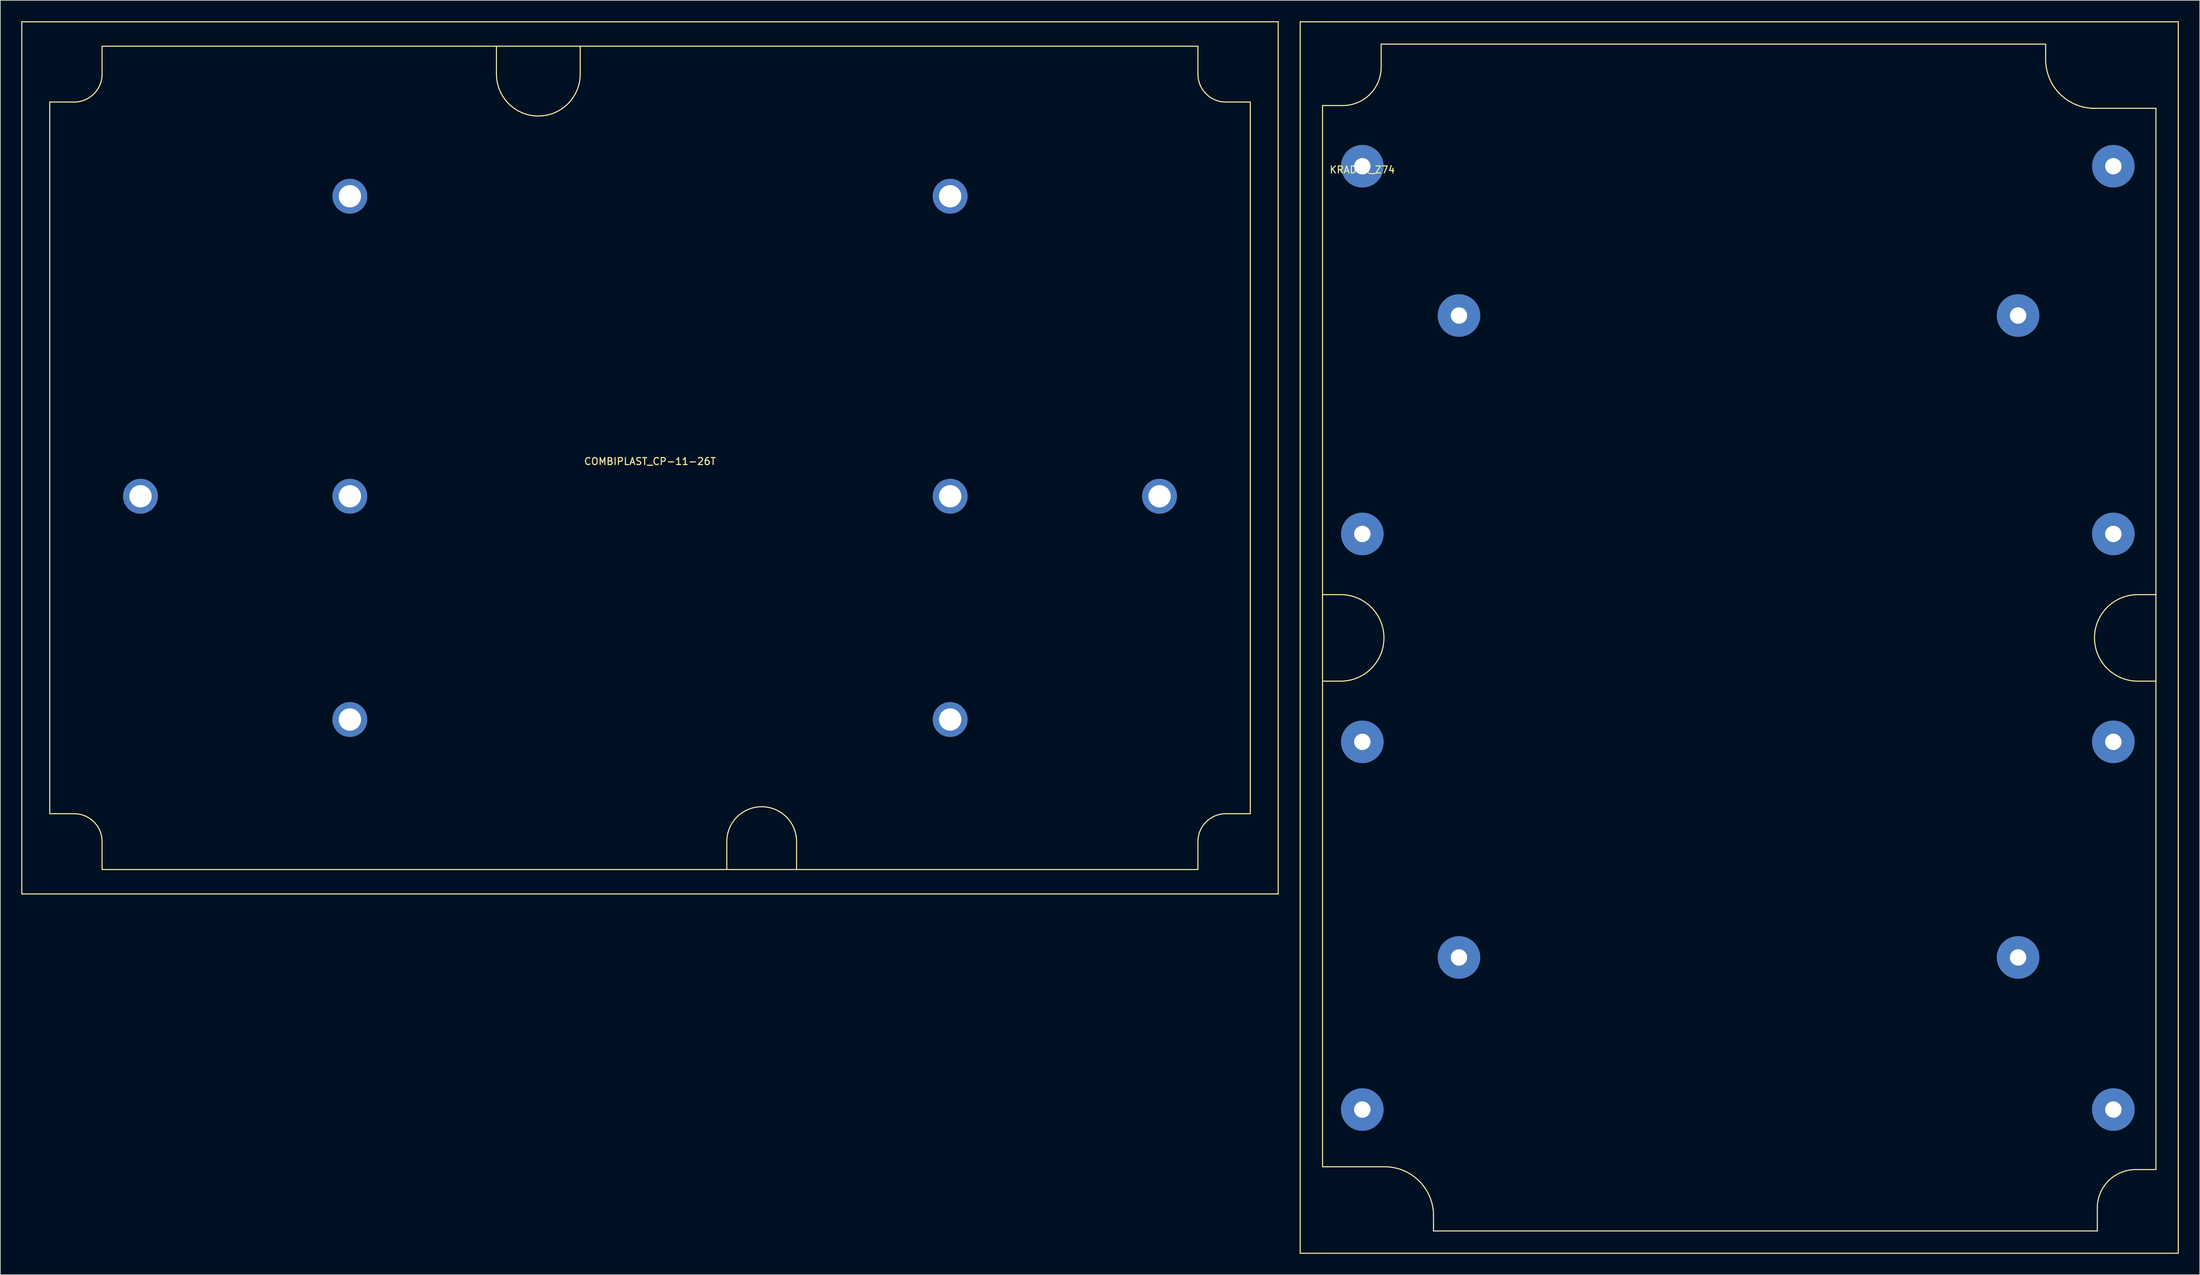
<source format=kicad_pcb>
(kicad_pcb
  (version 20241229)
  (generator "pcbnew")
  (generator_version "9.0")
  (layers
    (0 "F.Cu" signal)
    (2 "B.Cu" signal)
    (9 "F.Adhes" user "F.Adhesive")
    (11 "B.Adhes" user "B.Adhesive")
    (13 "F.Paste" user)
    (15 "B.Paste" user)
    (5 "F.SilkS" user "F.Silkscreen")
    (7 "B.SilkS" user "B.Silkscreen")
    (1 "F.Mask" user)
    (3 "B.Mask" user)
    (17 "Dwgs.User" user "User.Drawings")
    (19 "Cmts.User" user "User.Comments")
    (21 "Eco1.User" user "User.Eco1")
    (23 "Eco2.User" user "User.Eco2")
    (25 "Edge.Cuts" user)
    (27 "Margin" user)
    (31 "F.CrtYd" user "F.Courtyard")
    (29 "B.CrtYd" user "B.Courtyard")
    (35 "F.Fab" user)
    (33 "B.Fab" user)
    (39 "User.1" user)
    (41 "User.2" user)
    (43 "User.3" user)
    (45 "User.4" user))
  (footprint "COMBIPLAST_CP-11-26T"
    (layer "F.Cu")
    (at 90.075 62.575)
    (property "Reference" "COMBIPLAST_CP-11-26T" (at 0 0.5 0) (layer "F.SilkS") (effects (font (size 1 1) (thickness 0.15))))
    (attr through_hole)
    (fp_line (start -90 -62.5) (end 90 -62.5) (stroke (width 0.15) (type solid)) (layer "F.SilkS"))
    (fp_line (start -90 62.5) (end -90 -62.5) (stroke (width 0.15) (type solid)) (layer "F.SilkS"))
    (fp_line (start -86 51) (end -86 -51) (stroke (width 0.15) (type solid)) (layer "F.SilkS"))
    (fp_line (start -82.5 -51) (end -86 -51) (stroke (width 0.15) (type solid)) (layer "F.SilkS"))
    (fp_line (start -82.5 51) (end -86 51) (stroke (width 0.15) (type solid)) (layer "F.SilkS"))
    (fp_line (start -78.5 -59) (end 78.5 -59) (stroke (width 0.15) (type solid)) (layer "F.SilkS"))
    (fp_line (start -78.5 -55) (end -78.5 -59) (stroke (width 0.15) (type solid)) (layer "F.SilkS"))
    (fp_line (start -78.5 55) (end -78.5 59) (stroke (width 0.15) (type solid)) (layer "F.SilkS"))
    (fp_line (start -22 -55) (end -22 -59) (stroke (width 0.15) (type solid)) (layer "F.SilkS"))
    (fp_line (start -10 -55) (end -10 -59) (stroke (width 0.15) (type solid)) (layer "F.SilkS"))
    (fp_line (start 11 55) (end 11 59) (stroke (width 0.15) (type solid)) (layer "F.SilkS"))
    (fp_line (start 21 55) (end 21 59) (stroke (width 0.15) (type solid)) (layer "F.SilkS"))
    (fp_line (start 78.5 -55) (end 78.5 -59) (stroke (width 0.15) (type solid)) (layer "F.SilkS"))
    (fp_line (start 78.5 55) (end 78.5 59) (stroke (width 0.15) (type solid)) (layer "F.SilkS"))
    (fp_line (start 78.5 59) (end -78.5 59) (stroke (width 0.15) (type solid)) (layer "F.SilkS"))
    (fp_line (start 82.5 -51) (end 86 -51) (stroke (width 0.15) (type solid)) (layer "F.SilkS"))
    (fp_line (start 82.5 51) (end 86 51) (stroke (width 0.15) (type solid)) (layer "F.SilkS"))
    (fp_line (start 86 -51) (end 86 51) (stroke (width 0.15) (type solid)) (layer "F.SilkS"))
    (fp_line (start 90 -62.5) (end 90 62.5) (stroke (width 0.15) (type solid)) (layer "F.SilkS"))
    (fp_line (start 90 62.5) (end -90 62.5) (stroke (width 0.15) (type solid)) (layer "F.SilkS"))
    (fp_arc (start -82.5 51) (mid -79.671573 52.171573) (end -78.5 55) (stroke (width 0.15) (type solid)) (layer "F.SilkS"))
    (fp_arc (start -78.5 -55) (mid -79.671573 -52.171573) (end -82.5 -51) (stroke (width 0.15) (type solid)) (layer "F.SilkS"))
    (fp_arc (start -10 -55) (mid -16 -49) (end -22 -55) (stroke (width 0.15) (type solid)) (layer "F.SilkS"))
    (fp_arc (start 11 55) (mid 16 50) (end 21 55) (stroke (width 0.15) (type solid)) (layer "F.SilkS"))
    (fp_arc (start 78.5 55) (mid 79.671573 52.171573) (end 82.5 51) (stroke (width 0.15) (type solid)) (layer "F.SilkS"))
    (fp_arc (start 82.5 -51) (mid 79.671573 -52.171573) (end 78.5 -55) (stroke (width 0.15) (type solid)) (layer "F.SilkS"))
    (pad "" np_thru_hole circle (at -73 5.5) (size 5 5) (drill 3.2) (layers "*.Cu" "*.Mask"))
    (pad "" np_thru_hole circle (at -43 -37.5) (size 5 5) (drill 3.2) (layers "*.Cu" "*.Mask"))
    (pad "" np_thru_hole circle (at -43 5.5) (size 5 5) (drill 3.2) (layers "*.Cu" "*.Mask"))
    (pad "" np_thru_hole circle (at -43 37.5) (size 5 5) (drill 3.2) (layers "*.Cu" "*.Mask"))
    (pad "" np_thru_hole circle (at 43 -37.5) (size 5 5) (drill 3.2) (layers "*.Cu" "*.Mask"))
    (pad "" np_thru_hole circle (at 43 5.5) (size 5 5) (drill 3.2) (layers "*.Cu" "*.Mask"))
    (pad "" np_thru_hole circle (at 43 37.5) (size 5 5) (drill 3.2) (layers "*.Cu" "*.Mask"))
    (pad "" np_thru_hole circle (at 73 5.5) (size 5 5) (drill 3.2) (layers "*.Cu" "*.Mask")))
  (footprint "KRADEX_Z74"
    (layer "F.Cu")
    (at 192.125 20.775)
    (property "Reference" "KRADEX_Z74" (at 0 0.5 0) (layer "F.SilkS") (effects (font (size 1 1) (thickness 0.15))))
    (attr through_hole)
    (fp_line (start -8.9 -20.7) (end 116.9 -20.7) (stroke (width 0.15) (type solid)) (layer "F.SilkS"))
    (fp_line (start -8.9 155.8) (end -8.9 -20.7) (stroke (width 0.15) (type solid)) (layer "F.SilkS"))
    (fp_line (start -5.7 -8.7) (end -5.7 143.4) (stroke (width 0.15) (type solid)) (layer "F.SilkS"))
    (fp_line (start -5.7 -8.7) (end -2.8 -8.7) (stroke (width 0.15) (type solid)) (layer "F.SilkS"))
    (fp_line (start -5.7 143.4) (end 3.2 143.4) (stroke (width 0.15) (type solid)) (layer "F.SilkS"))
    (fp_line (start -3.1 61.4) (end -5.7 61.4) (stroke (width 0.15) (type solid)) (layer "F.SilkS"))
    (fp_line (start -3.1 73.8) (end -5.7 73.8) (stroke (width 0.15) (type solid)) (layer "F.SilkS"))
    (fp_line (start 2.7 -17.5) (end 97.9 -17.5) (stroke (width 0.15) (type solid)) (layer "F.SilkS"))
    (fp_line (start 2.7 -14.2) (end 2.7 -17.5) (stroke (width 0.15) (type solid)) (layer "F.SilkS"))
    (fp_line (start 10.2 152.6) (end 10.2 150.4) (stroke (width 0.15) (type solid)) (layer "F.SilkS"))
    (fp_line (start 97.9 -15.3) (end 97.9 -17.5) (stroke (width 0.15) (type solid)) (layer "F.SilkS"))
    (fp_line (start 105.3 152.6) (end 10.2 152.6) (stroke (width 0.15) (type solid)) (layer "F.SilkS"))
    (fp_line (start 105.3 152.6) (end 105.3 149.3) (stroke (width 0.15) (type solid)) (layer "F.SilkS"))
    (fp_line (start 111.1 61.4) (end 113.7 61.4) (stroke (width 0.15) (type solid)) (layer "F.SilkS"))
    (fp_line (start 111.1 73.8) (end 113.7 73.8) (stroke (width 0.15) (type solid)) (layer "F.SilkS"))
    (fp_line (start 113.7 -8.3) (end 104.4 -8.3) (stroke (width 0.15) (type solid)) (layer "F.SilkS"))
    (fp_line (start 113.7 143.8) (end 110.8 143.8) (stroke (width 0.15) (type solid)) (layer "F.SilkS"))
    (fp_line (start 113.7 143.8) (end 113.7 -8.3) (stroke (width 0.15) (type solid)) (layer "F.SilkS"))
    (fp_line (start 116.9 -20.7) (end 116.9 155.8) (stroke (width 0.15) (type solid)) (layer "F.SilkS"))
    (fp_line (start 116.9 155.8) (end -8.9 155.8) (stroke (width 0.15) (type solid)) (layer "F.SilkS"))
    (fp_arc (start -3.1 61.4) (mid 3.1 67.6) (end -3.1 73.8) (stroke (width 0.15) (type solid)) (layer "F.SilkS"))
    (fp_arc (start 2.7 -14.2) (mid 1.089087 -10.310913) (end -2.8 -8.7) (stroke (width 0.15) (type solid)) (layer "F.SilkS"))
    (fp_arc (start 3.2 143.4) (mid 8.149747 145.450253) (end 10.2 150.4) (stroke (width 0.15) (type solid)) (layer "F.SilkS"))
    (fp_arc (start 104.9 -8.3) (mid 99.950253 -10.350253) (end 97.9 -15.3) (stroke (width 0.15) (type solid)) (layer "F.SilkS"))
    (fp_arc (start 105.3 149.3) (mid 106.910913 145.410913) (end 110.8 143.8) (stroke (width 0.15) (type solid)) (layer "F.SilkS"))
    (fp_arc (start 111.1 73.8) (mid 104.9 67.6) (end 111.1 61.4) (stroke (width 0.15) (type solid)) (layer "F.SilkS"))
    (pad "" np_thru_hole circle (at 0 0) (size 6.1 6.1) (drill 2.35) (layers "*.Cu" "*.Mask"))
    (pad "" np_thru_hole circle (at 0 52.7) (size 6.1 6.1) (drill 2.35) (layers "*.Cu" "*.Mask"))
    (pad "" np_thru_hole circle (at 0 82.5) (size 6.1 6.1) (drill 2.35) (layers "*.Cu" "*.Mask"))
    (pad "" np_thru_hole circle (at 0 135.2) (size 6.1 6.1) (drill 2.35) (layers "*.Cu" "*.Mask"))
    (pad "" np_thru_hole circle (at 13.85 21.4) (size 6.1 6.1) (drill 2.35) (layers "*.Cu" "*.Mask"))
    (pad "" np_thru_hole circle (at 13.85 113.4) (size 6.1 6.1) (drill 2.35) (layers "*.Cu" "*.Mask"))
    (pad "" np_thru_hole circle (at 93.95 21.4) (size 6.1 6.1) (drill 2.35) (layers "*.Cu" "*.Mask"))
    (pad "" np_thru_hole circle (at 93.95 113.4) (size 6.1 6.1) (drill 2.35) (layers "*.Cu" "*.Mask"))
    (pad "" np_thru_hole circle (at 107.6 0) (size 6.1 6.1) (drill 2.35) (layers "*.Cu" "*.Mask"))
    (pad "" np_thru_hole circle (at 107.6 52.7) (size 6.1 6.1) (drill 2.35) (layers "*.Cu" "*.Mask"))
    (pad "" np_thru_hole circle (at 107.6 82.5) (size 6.1 6.1) (drill 2.35) (layers "*.Cu" "*.Mask"))
    (pad "" np_thru_hole circle (at 107.6 135.2) (size 6.1 6.1) (drill 2.35) (layers "*.Cu" "*.Mask")))
  (gr_rect
    (start -3 -3)
    (end 312.1 179.65)
    (stroke (width 0.1) (type default))
    (fill no)
    (layer "Edge.Cuts")))
</source>
